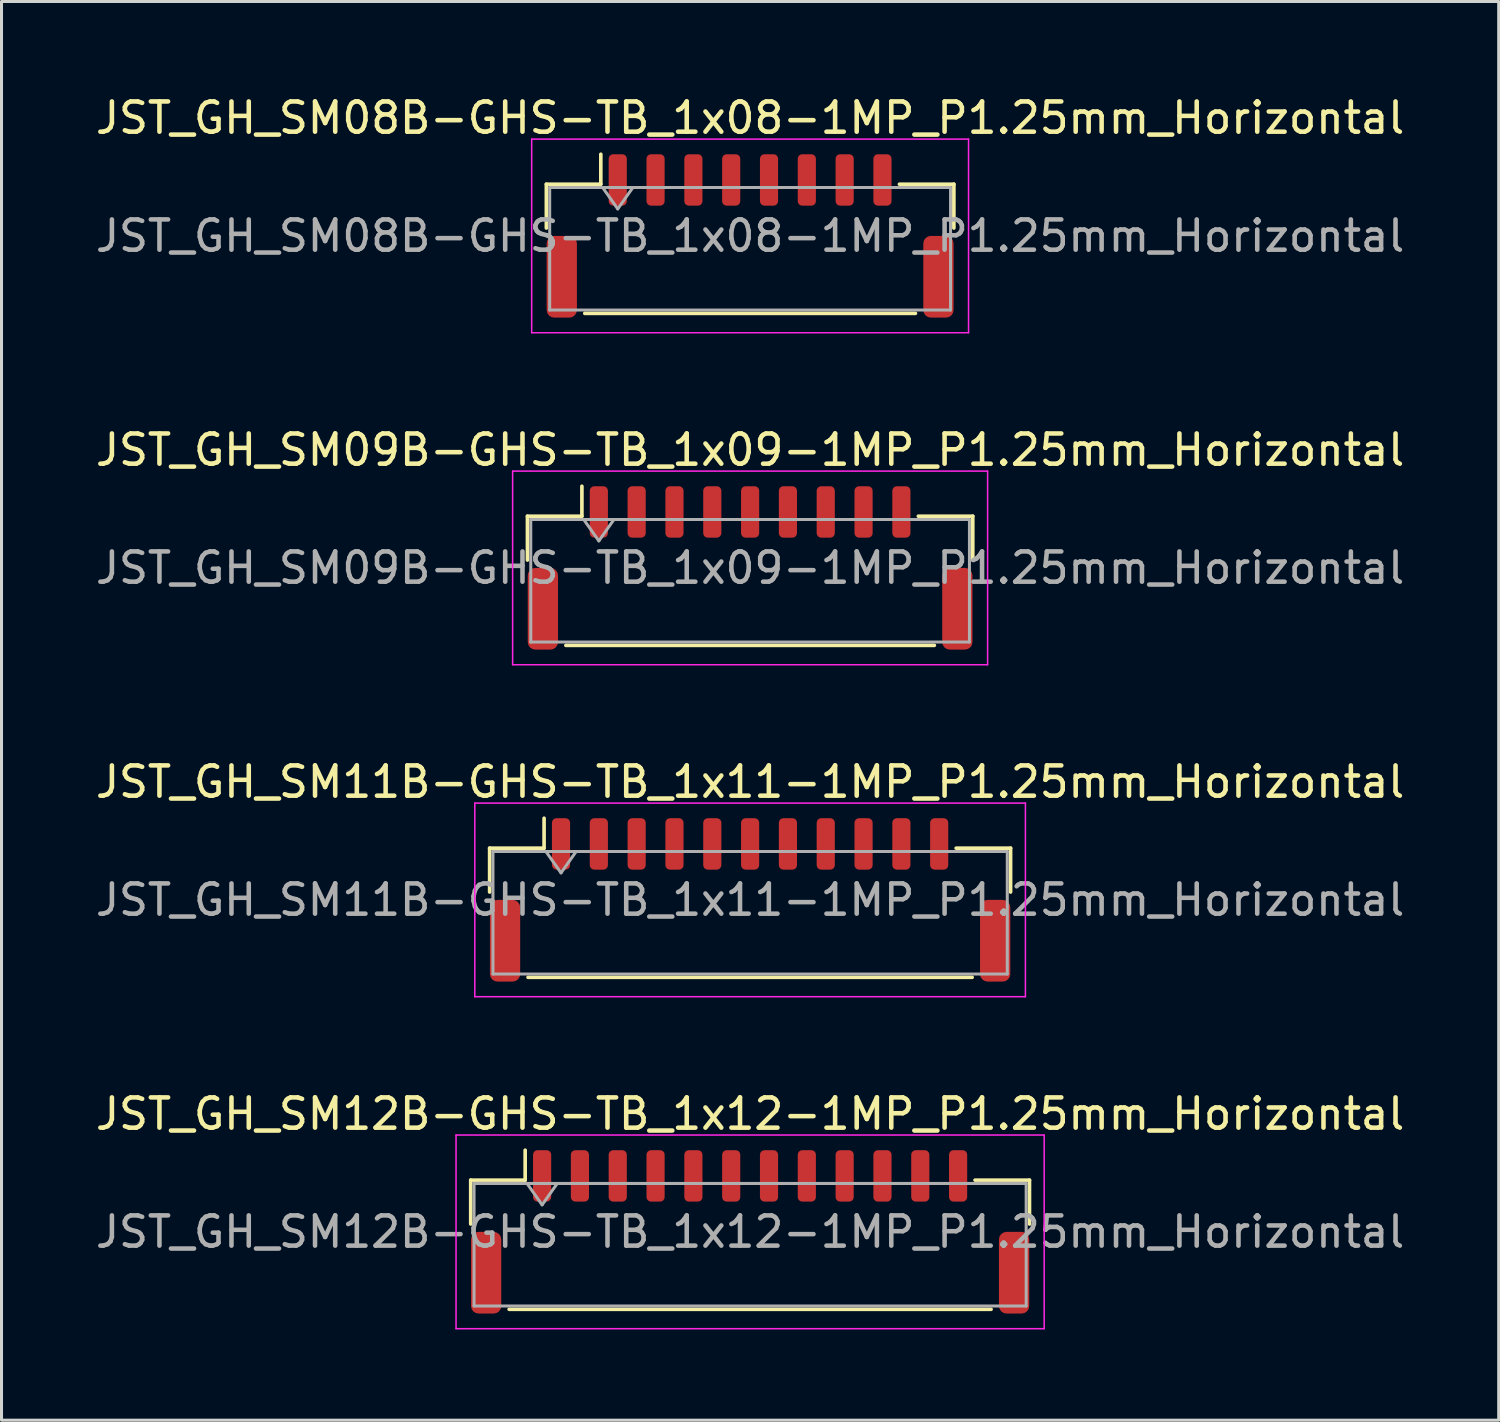
<source format=kicad_pcb>
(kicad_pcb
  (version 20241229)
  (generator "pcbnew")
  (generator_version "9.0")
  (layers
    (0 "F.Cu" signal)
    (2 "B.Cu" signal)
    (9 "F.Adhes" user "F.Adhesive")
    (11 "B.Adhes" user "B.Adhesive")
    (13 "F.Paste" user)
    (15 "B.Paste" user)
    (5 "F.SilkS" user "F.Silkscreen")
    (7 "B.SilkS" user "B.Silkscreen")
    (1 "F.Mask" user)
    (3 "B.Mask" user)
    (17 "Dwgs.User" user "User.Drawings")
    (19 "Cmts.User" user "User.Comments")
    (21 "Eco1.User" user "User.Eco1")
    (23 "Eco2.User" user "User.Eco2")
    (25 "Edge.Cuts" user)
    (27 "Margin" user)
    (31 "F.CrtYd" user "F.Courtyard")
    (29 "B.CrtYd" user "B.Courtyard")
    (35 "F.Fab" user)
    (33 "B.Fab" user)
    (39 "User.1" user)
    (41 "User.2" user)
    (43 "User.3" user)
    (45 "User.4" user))
  (footprint "JST_GH_SM12B-GHS-TB_1x12-1MP_P1.25mm_Horizontal"
    (layer "F.Cu")
    (at 21.744 37.668)
    (property "Reference" "JST_GH_SM12B-GHS-TB_1x12-1MP_P1.25mm_Horizontal" (at 0 -3.9 0) (layer "F.SilkS") (effects (font (size 1 1) (thickness 0.15))))
    (attr smd)
    (fp_line (start -9.235 -1.71) (end -7.435 -1.71) (stroke (width 0.12) (type solid)) (layer "F.SilkS"))
    (fp_line (start -9.235 -0.26) (end -9.235 -1.71) (stroke (width 0.12) (type solid)) (layer "F.SilkS"))
    (fp_line (start -7.965 2.56) (end 7.965 2.56) (stroke (width 0.12) (type solid)) (layer "F.SilkS"))
    (fp_line (start -7.435 -1.71) (end -7.435 -2.7) (stroke (width 0.12) (type solid)) (layer "F.SilkS"))
    (fp_line (start 9.235 -1.71) (end 7.435 -1.71) (stroke (width 0.12) (type solid)) (layer "F.SilkS"))
    (fp_line (start 9.235 -0.26) (end 9.235 -1.71) (stroke (width 0.12) (type solid)) (layer "F.SilkS"))
    (fp_line (start -9.72 -3.2) (end -9.72 3.2) (stroke (width 0.05) (type solid)) (layer "F.CrtYd"))
    (fp_line (start -9.72 3.2) (end 9.72 3.2) (stroke (width 0.05) (type solid)) (layer "F.CrtYd"))
    (fp_line (start 9.72 -3.2) (end -9.72 -3.2) (stroke (width 0.05) (type solid)) (layer "F.CrtYd"))
    (fp_line (start 9.72 3.2) (end 9.72 -3.2) (stroke (width 0.05) (type solid)) (layer "F.CrtYd"))
    (fp_line (start -9.125 -1.6) (end -9.125 2.45) (stroke (width 0.1) (type solid)) (layer "F.Fab"))
    (fp_line (start -9.125 -1.6) (end 9.125 -1.6) (stroke (width 0.1) (type solid)) (layer "F.Fab"))
    (fp_line (start -9.125 2.45) (end 9.125 2.45) (stroke (width 0.1) (type solid)) (layer "F.Fab"))
    (fp_line (start -7.375 -1.6) (end -6.875 -0.893) (stroke (width 0.1) (type solid)) (layer "F.Fab"))
    (fp_line (start -6.875 -0.893) (end -6.375 -1.6) (stroke (width 0.1) (type solid)) (layer "F.Fab"))
    (fp_line (start 9.125 -1.6) (end 9.125 2.45) (stroke (width 0.1) (type solid)) (layer "F.Fab"))
    (fp_text user "${REFERENCE}" (at 0 0 0) (layer "F.Fab") (effects (font (size 1 1) (thickness 0.15))))
    (pad "1" smd roundrect (at -6.875 -1.85) (size 0.6 1.7) (layers "F.Cu" "F.Mask" "F.Paste") (roundrect_rratio 0.25))
    (pad "2" smd roundrect (at -5.625 -1.85) (size 0.6 1.7) (layers "F.Cu" "F.Mask" "F.Paste") (roundrect_rratio 0.25))
    (pad "3" smd roundrect (at -4.375 -1.85) (size 0.6 1.7) (layers "F.Cu" "F.Mask" "F.Paste") (roundrect_rratio 0.25))
    (pad "4" smd roundrect (at -3.125 -1.85) (size 0.6 1.7) (layers "F.Cu" "F.Mask" "F.Paste") (roundrect_rratio 0.25))
    (pad "5" smd roundrect (at -1.875 -1.85) (size 0.6 1.7) (layers "F.Cu" "F.Mask" "F.Paste") (roundrect_rratio 0.25))
    (pad "6" smd roundrect (at -0.625 -1.85) (size 0.6 1.7) (layers "F.Cu" "F.Mask" "F.Paste") (roundrect_rratio 0.25))
    (pad "7" smd roundrect (at 0.625 -1.85) (size 0.6 1.7) (layers "F.Cu" "F.Mask" "F.Paste") (roundrect_rratio 0.25))
    (pad "8" smd roundrect (at 1.875 -1.85) (size 0.6 1.7) (layers "F.Cu" "F.Mask" "F.Paste") (roundrect_rratio 0.25))
    (pad "9" smd roundrect (at 3.125 -1.85) (size 0.6 1.7) (layers "F.Cu" "F.Mask" "F.Paste") (roundrect_rratio 0.25))
    (pad "10" smd roundrect (at 4.375 -1.85) (size 0.6 1.7) (layers "F.Cu" "F.Mask" "F.Paste") (roundrect_rratio 0.25))
    (pad "11" smd roundrect (at 5.625 -1.85) (size 0.6 1.7) (layers "F.Cu" "F.Mask" "F.Paste") (roundrect_rratio 0.25))
    (pad "12" smd roundrect (at 6.875 -1.85) (size 0.6 1.7) (layers "F.Cu" "F.Mask" "F.Paste") (roundrect_rratio 0.25))
    (pad "MP" smd roundrect (at -8.725 1.35) (size 1 2.7) (layers "F.Cu" "F.Mask" "F.Paste") (roundrect_rratio 0.25))
    (pad "MP" smd roundrect (at 8.725 1.35) (size 1 2.7) (layers "F.Cu" "F.Mask" "F.Paste") (roundrect_rratio 0.25)))
  (footprint "JST_GH_SM11B-GHS-TB_1x11-1MP_P1.25mm_Horizontal"
    (layer "F.Cu")
    (at 21.744 26.695)
    (property "Reference" "JST_GH_SM11B-GHS-TB_1x11-1MP_P1.25mm_Horizontal" (at 0 -3.9 0) (layer "F.SilkS") (effects (font (size 1 1) (thickness 0.15))))
    (attr smd)
    (fp_line (start -8.61 -1.71) (end -6.81 -1.71) (stroke (width 0.12) (type solid)) (layer "F.SilkS"))
    (fp_line (start -8.61 -0.26) (end -8.61 -1.71) (stroke (width 0.12) (type solid)) (layer "F.SilkS"))
    (fp_line (start -7.34 2.56) (end 7.34 2.56) (stroke (width 0.12) (type solid)) (layer "F.SilkS"))
    (fp_line (start -6.81 -1.71) (end -6.81 -2.7) (stroke (width 0.12) (type solid)) (layer "F.SilkS"))
    (fp_line (start 8.61 -1.71) (end 6.81 -1.71) (stroke (width 0.12) (type solid)) (layer "F.SilkS"))
    (fp_line (start 8.61 -0.26) (end 8.61 -1.71) (stroke (width 0.12) (type solid)) (layer "F.SilkS"))
    (fp_line (start -9.1 -3.2) (end -9.1 3.2) (stroke (width 0.05) (type solid)) (layer "F.CrtYd"))
    (fp_line (start -9.1 3.2) (end 9.1 3.2) (stroke (width 0.05) (type solid)) (layer "F.CrtYd"))
    (fp_line (start 9.1 -3.2) (end -9.1 -3.2) (stroke (width 0.05) (type solid)) (layer "F.CrtYd"))
    (fp_line (start 9.1 3.2) (end 9.1 -3.2) (stroke (width 0.05) (type solid)) (layer "F.CrtYd"))
    (fp_line (start -8.5 -1.6) (end -8.5 2.45) (stroke (width 0.1) (type solid)) (layer "F.Fab"))
    (fp_line (start -8.5 -1.6) (end 8.5 -1.6) (stroke (width 0.1) (type solid)) (layer "F.Fab"))
    (fp_line (start -8.5 2.45) (end 8.5 2.45) (stroke (width 0.1) (type solid)) (layer "F.Fab"))
    (fp_line (start -6.75 -1.6) (end -6.25 -0.893) (stroke (width 0.1) (type solid)) (layer "F.Fab"))
    (fp_line (start -6.25 -0.893) (end -5.75 -1.6) (stroke (width 0.1) (type solid)) (layer "F.Fab"))
    (fp_line (start 8.5 -1.6) (end 8.5 2.45) (stroke (width 0.1) (type solid)) (layer "F.Fab"))
    (fp_text user "${REFERENCE}" (at 0 0 0) (layer "F.Fab") (effects (font (size 1 1) (thickness 0.15))))
    (pad "1" smd roundrect (at -6.25 -1.85) (size 0.6 1.7) (layers "F.Cu" "F.Mask" "F.Paste") (roundrect_rratio 0.25))
    (pad "2" smd roundrect (at -5 -1.85) (size 0.6 1.7) (layers "F.Cu" "F.Mask" "F.Paste") (roundrect_rratio 0.25))
    (pad "3" smd roundrect (at -3.75 -1.85) (size 0.6 1.7) (layers "F.Cu" "F.Mask" "F.Paste") (roundrect_rratio 0.25))
    (pad "4" smd roundrect (at -2.5 -1.85) (size 0.6 1.7) (layers "F.Cu" "F.Mask" "F.Paste") (roundrect_rratio 0.25))
    (pad "5" smd roundrect (at -1.25 -1.85) (size 0.6 1.7) (layers "F.Cu" "F.Mask" "F.Paste") (roundrect_rratio 0.25))
    (pad "6" smd roundrect (at 0 -1.85) (size 0.6 1.7) (layers "F.Cu" "F.Mask" "F.Paste") (roundrect_rratio 0.25))
    (pad "7" smd roundrect (at 1.25 -1.85) (size 0.6 1.7) (layers "F.Cu" "F.Mask" "F.Paste") (roundrect_rratio 0.25))
    (pad "8" smd roundrect (at 2.5 -1.85) (size 0.6 1.7) (layers "F.Cu" "F.Mask" "F.Paste") (roundrect_rratio 0.25))
    (pad "9" smd roundrect (at 3.75 -1.85) (size 0.6 1.7) (layers "F.Cu" "F.Mask" "F.Paste") (roundrect_rratio 0.25))
    (pad "10" smd roundrect (at 5 -1.85) (size 0.6 1.7) (layers "F.Cu" "F.Mask" "F.Paste") (roundrect_rratio 0.25))
    (pad "11" smd roundrect (at 6.25 -1.85) (size 0.6 1.7) (layers "F.Cu" "F.Mask" "F.Paste") (roundrect_rratio 0.25))
    (pad "MP" smd roundrect (at -8.1 1.35) (size 1 2.7) (layers "F.Cu" "F.Mask" "F.Paste") (roundrect_rratio 0.25))
    (pad "MP" smd roundrect (at 8.1 1.35) (size 1 2.7) (layers "F.Cu" "F.Mask" "F.Paste") (roundrect_rratio 0.25)))
  (footprint "JST_GH_SM09B-GHS-TB_1x09-1MP_P1.25mm_Horizontal"
    (layer "F.Cu")
    (at 21.744 15.722)
    (property "Reference" "JST_GH_SM09B-GHS-TB_1x09-1MP_P1.25mm_Horizontal" (at 0 -3.9 0) (layer "F.SilkS") (effects (font (size 1 1) (thickness 0.15))))
    (attr smd)
    (fp_line (start -7.36 -1.71) (end -5.56 -1.71) (stroke (width 0.12) (type solid)) (layer "F.SilkS"))
    (fp_line (start -7.36 -0.26) (end -7.36 -1.71) (stroke (width 0.12) (type solid)) (layer "F.SilkS"))
    (fp_line (start -6.09 2.56) (end 6.09 2.56) (stroke (width 0.12) (type solid)) (layer "F.SilkS"))
    (fp_line (start -5.56 -1.71) (end -5.56 -2.7) (stroke (width 0.12) (type solid)) (layer "F.SilkS"))
    (fp_line (start 7.36 -1.71) (end 5.56 -1.71) (stroke (width 0.12) (type solid)) (layer "F.SilkS"))
    (fp_line (start 7.36 -0.26) (end 7.36 -1.71) (stroke (width 0.12) (type solid)) (layer "F.SilkS"))
    (fp_line (start -7.85 -3.2) (end -7.85 3.2) (stroke (width 0.05) (type solid)) (layer "F.CrtYd"))
    (fp_line (start -7.85 3.2) (end 7.85 3.2) (stroke (width 0.05) (type solid)) (layer "F.CrtYd"))
    (fp_line (start 7.85 -3.2) (end -7.85 -3.2) (stroke (width 0.05) (type solid)) (layer "F.CrtYd"))
    (fp_line (start 7.85 3.2) (end 7.85 -3.2) (stroke (width 0.05) (type solid)) (layer "F.CrtYd"))
    (fp_line (start -7.25 -1.6) (end -7.25 2.45) (stroke (width 0.1) (type solid)) (layer "F.Fab"))
    (fp_line (start -7.25 -1.6) (end 7.25 -1.6) (stroke (width 0.1) (type solid)) (layer "F.Fab"))
    (fp_line (start -7.25 2.45) (end 7.25 2.45) (stroke (width 0.1) (type solid)) (layer "F.Fab"))
    (fp_line (start -5.5 -1.6) (end -5 -0.893) (stroke (width 0.1) (type solid)) (layer "F.Fab"))
    (fp_line (start -5 -0.893) (end -4.5 -1.6) (stroke (width 0.1) (type solid)) (layer "F.Fab"))
    (fp_line (start 7.25 -1.6) (end 7.25 2.45) (stroke (width 0.1) (type solid)) (layer "F.Fab"))
    (fp_text user "${REFERENCE}" (at 0 0 0) (layer "F.Fab") (effects (font (size 1 1) (thickness 0.15))))
    (pad "1" smd roundrect (at -5 -1.85) (size 0.6 1.7) (layers "F.Cu" "F.Mask" "F.Paste") (roundrect_rratio 0.25))
    (pad "2" smd roundrect (at -3.75 -1.85) (size 0.6 1.7) (layers "F.Cu" "F.Mask" "F.Paste") (roundrect_rratio 0.25))
    (pad "3" smd roundrect (at -2.5 -1.85) (size 0.6 1.7) (layers "F.Cu" "F.Mask" "F.Paste") (roundrect_rratio 0.25))
    (pad "4" smd roundrect (at -1.25 -1.85) (size 0.6 1.7) (layers "F.Cu" "F.Mask" "F.Paste") (roundrect_rratio 0.25))
    (pad "5" smd roundrect (at 0 -1.85) (size 0.6 1.7) (layers "F.Cu" "F.Mask" "F.Paste") (roundrect_rratio 0.25))
    (pad "6" smd roundrect (at 1.25 -1.85) (size 0.6 1.7) (layers "F.Cu" "F.Mask" "F.Paste") (roundrect_rratio 0.25))
    (pad "7" smd roundrect (at 2.5 -1.85) (size 0.6 1.7) (layers "F.Cu" "F.Mask" "F.Paste") (roundrect_rratio 0.25))
    (pad "8" smd roundrect (at 3.75 -1.85) (size 0.6 1.7) (layers "F.Cu" "F.Mask" "F.Paste") (roundrect_rratio 0.25))
    (pad "9" smd roundrect (at 5 -1.85) (size 0.6 1.7) (layers "F.Cu" "F.Mask" "F.Paste") (roundrect_rratio 0.25))
    (pad "MP" smd roundrect (at -6.85 1.35) (size 1 2.7) (layers "F.Cu" "F.Mask" "F.Paste") (roundrect_rratio 0.25))
    (pad "MP" smd roundrect (at 6.85 1.35) (size 1 2.7) (layers "F.Cu" "F.Mask" "F.Paste") (roundrect_rratio 0.25)))
  (footprint "JST_GH_SM08B-GHS-TB_1x08-1MP_P1.25mm_Horizontal"
    (layer "F.Cu")
    (at 21.744 4.748)
    (property "Reference" "JST_GH_SM08B-GHS-TB_1x08-1MP_P1.25mm_Horizontal" (at 0 -3.9 0) (layer "F.SilkS") (effects (font (size 1 1) (thickness 0.15))))
    (attr smd)
    (fp_line (start -6.735 -1.71) (end -4.935 -1.71) (stroke (width 0.12) (type solid)) (layer "F.SilkS"))
    (fp_line (start -6.735 -0.26) (end -6.735 -1.71) (stroke (width 0.12) (type solid)) (layer "F.SilkS"))
    (fp_line (start -5.465 2.56) (end 5.465 2.56) (stroke (width 0.12) (type solid)) (layer "F.SilkS"))
    (fp_line (start -4.935 -1.71) (end -4.935 -2.7) (stroke (width 0.12) (type solid)) (layer "F.SilkS"))
    (fp_line (start 6.735 -1.71) (end 4.935 -1.71) (stroke (width 0.12) (type solid)) (layer "F.SilkS"))
    (fp_line (start 6.735 -0.26) (end 6.735 -1.71) (stroke (width 0.12) (type solid)) (layer "F.SilkS"))
    (fp_line (start -7.22 -3.2) (end -7.22 3.2) (stroke (width 0.05) (type solid)) (layer "F.CrtYd"))
    (fp_line (start -7.22 3.2) (end 7.22 3.2) (stroke (width 0.05) (type solid)) (layer "F.CrtYd"))
    (fp_line (start 7.22 -3.2) (end -7.22 -3.2) (stroke (width 0.05) (type solid)) (layer "F.CrtYd"))
    (fp_line (start 7.22 3.2) (end 7.22 -3.2) (stroke (width 0.05) (type solid)) (layer "F.CrtYd"))
    (fp_line (start -6.625 -1.6) (end -6.625 2.45) (stroke (width 0.1) (type solid)) (layer "F.Fab"))
    (fp_line (start -6.625 -1.6) (end 6.625 -1.6) (stroke (width 0.1) (type solid)) (layer "F.Fab"))
    (fp_line (start -6.625 2.45) (end 6.625 2.45) (stroke (width 0.1) (type solid)) (layer "F.Fab"))
    (fp_line (start -4.875 -1.6) (end -4.375 -0.893) (stroke (width 0.1) (type solid)) (layer "F.Fab"))
    (fp_line (start -4.375 -0.893) (end -3.875 -1.6) (stroke (width 0.1) (type solid)) (layer "F.Fab"))
    (fp_line (start 6.625 -1.6) (end 6.625 2.45) (stroke (width 0.1) (type solid)) (layer "F.Fab"))
    (fp_text user "${REFERENCE}" (at 0 0 0) (layer "F.Fab") (effects (font (size 1 1) (thickness 0.15))))
    (pad "1" smd roundrect (at -4.375 -1.85) (size 0.6 1.7) (layers "F.Cu" "F.Mask" "F.Paste") (roundrect_rratio 0.25))
    (pad "2" smd roundrect (at -3.125 -1.85) (size 0.6 1.7) (layers "F.Cu" "F.Mask" "F.Paste") (roundrect_rratio 0.25))
    (pad "3" smd roundrect (at -1.875 -1.85) (size 0.6 1.7) (layers "F.Cu" "F.Mask" "F.Paste") (roundrect_rratio 0.25))
    (pad "4" smd roundrect (at -0.625 -1.85) (size 0.6 1.7) (layers "F.Cu" "F.Mask" "F.Paste") (roundrect_rratio 0.25))
    (pad "5" smd roundrect (at 0.625 -1.85) (size 0.6 1.7) (layers "F.Cu" "F.Mask" "F.Paste") (roundrect_rratio 0.25))
    (pad "6" smd roundrect (at 1.875 -1.85) (size 0.6 1.7) (layers "F.Cu" "F.Mask" "F.Paste") (roundrect_rratio 0.25))
    (pad "7" smd roundrect (at 3.125 -1.85) (size 0.6 1.7) (layers "F.Cu" "F.Mask" "F.Paste") (roundrect_rratio 0.25))
    (pad "8" smd roundrect (at 4.375 -1.85) (size 0.6 1.7) (layers "F.Cu" "F.Mask" "F.Paste") (roundrect_rratio 0.25))
    (pad "MP" smd roundrect (at -6.225 1.35) (size 1 2.7) (layers "F.Cu" "F.Mask" "F.Paste") (roundrect_rratio 0.25))
    (pad "MP" smd roundrect (at 6.225 1.35) (size 1 2.7) (layers "F.Cu" "F.Mask" "F.Paste") (roundrect_rratio 0.25)))
  (gr_rect
    (start -3 -3)
    (end 46.488 43.893)
    (stroke (width 0.1) (type default))
    (fill no)
    (layer "Edge.Cuts")))
</source>
